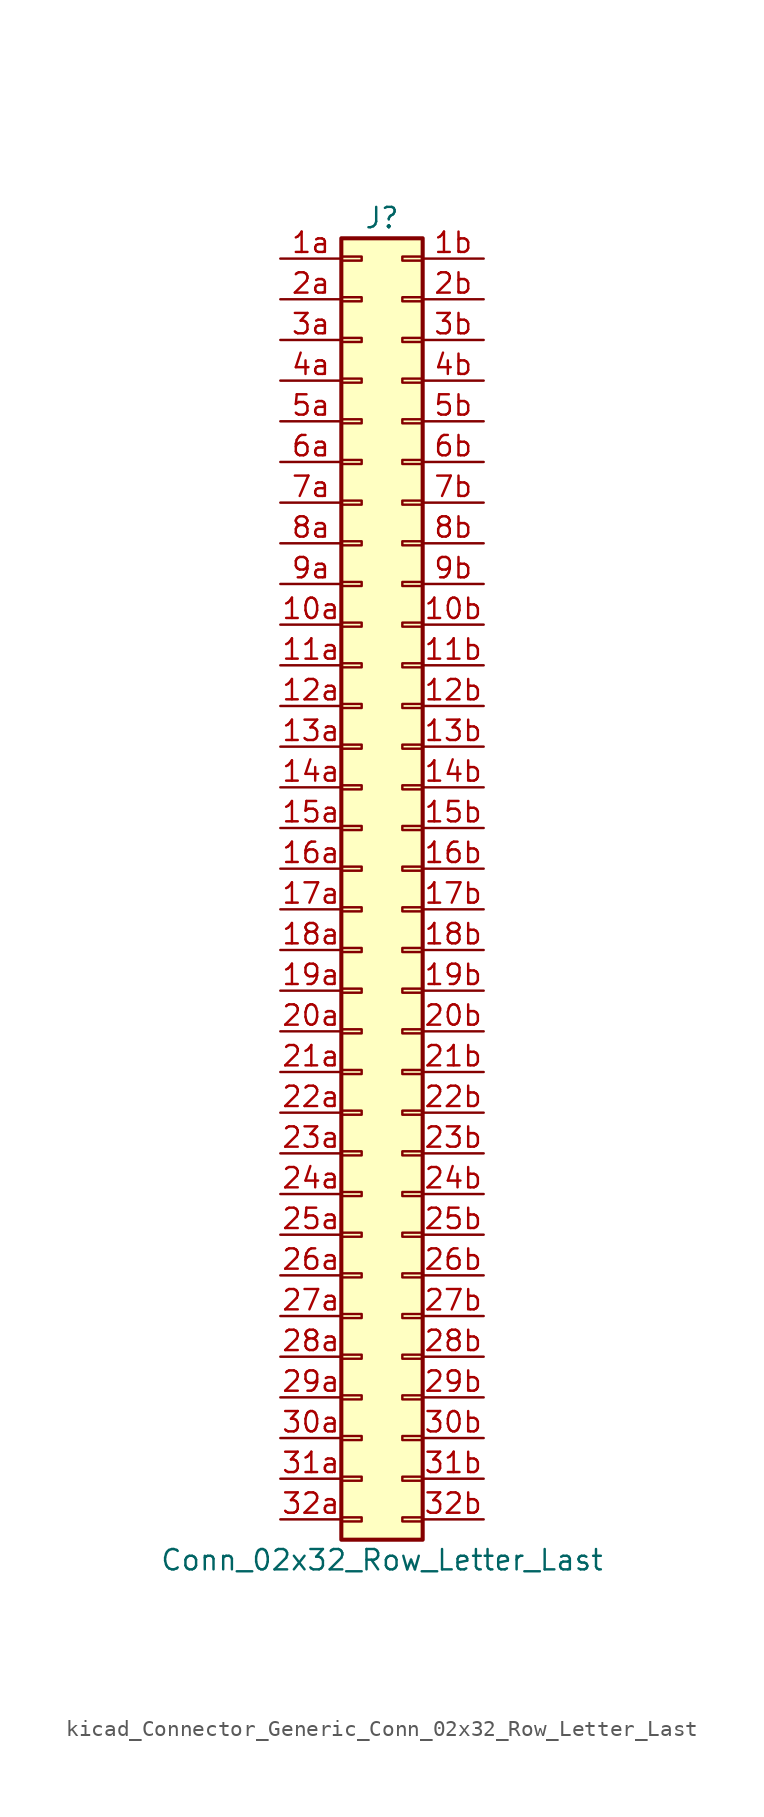
<source format=kicad_sym>
(kicad_symbol_lib
  (version 20220914)
  (generator kicad_symbol_editor)
  (symbol "kicad_Connector_Generic_Conn_02x32_Row_Letter_Last"
    (pin_names
      (offset 1.016) hide)
    (property "Reference" "J"
      (at 1.27 40.64 0)
      (effects (font (size 1.27 1.27))))
    (property "Value" "Conn_02x32_Row_Letter_Last"
      (at 1.27 -43.18 0)
      (effects (font (size 1.27 1.27))))
    (symbol "kicad_Connector_Generic_Conn_02x32_Row_Letter_Last_1_1"
      (rectangle (start -1.27 -40.513) (end 0 -40.767) (stroke (width 0.152) (type default)) (fill (type none)))
      (rectangle (start -1.27 -37.973) (end 0 -38.227) (stroke (width 0.152) (type default)) (fill (type none)))
      (rectangle (start -1.27 -35.433) (end 0 -35.687) (stroke (width 0.152) (type default)) (fill (type none)))
      (rectangle (start -1.27 -32.893) (end 0 -33.147) (stroke (width 0.152) (type default)) (fill (type none)))
      (rectangle (start -1.27 -30.353) (end 0 -30.607) (stroke (width 0.152) (type default)) (fill (type none)))
      (rectangle (start -1.27 -27.813) (end 0 -28.067) (stroke (width 0.152) (type default)) (fill (type none)))
      (rectangle (start -1.27 -25.273) (end 0 -25.527) (stroke (width 0.152) (type default)) (fill (type none)))
      (rectangle (start -1.27 -22.733) (end 0 -22.987) (stroke (width 0.152) (type default)) (fill (type none)))
      (rectangle (start -1.27 -20.193) (end 0 -20.447) (stroke (width 0.152) (type default)) (fill (type none)))
      (rectangle (start -1.27 -17.653) (end 0 -17.907) (stroke (width 0.152) (type default)) (fill (type none)))
      (rectangle (start -1.27 -15.113) (end 0 -15.367) (stroke (width 0.152) (type default)) (fill (type none)))
      (rectangle (start -1.27 -12.573) (end 0 -12.827) (stroke (width 0.152) (type default)) (fill (type none)))
      (rectangle (start -1.27 -10.033) (end 0 -10.287) (stroke (width 0.152) (type default)) (fill (type none)))
      (rectangle (start -1.27 -7.493) (end 0 -7.747) (stroke (width 0.152) (type default)) (fill (type none)))
      (rectangle (start -1.27 -4.953) (end 0 -5.207) (stroke (width 0.152) (type default)) (fill (type none)))
      (rectangle (start -1.27 -2.413) (end 0 -2.667) (stroke (width 0.152) (type default)) (fill (type none)))
      (rectangle (start -1.27 0.127) (end 0 -0.127) (stroke (width 0.152) (type default)) (fill (type none)))
      (rectangle (start -1.27 2.667) (end 0 2.413) (stroke (width 0.152) (type default)) (fill (type none)))
      (rectangle (start -1.27 5.207) (end 0 4.953) (stroke (width 0.152) (type default)) (fill (type none)))
      (rectangle (start -1.27 7.747) (end 0 7.493) (stroke (width 0.152) (type default)) (fill (type none)))
      (rectangle (start -1.27 10.287) (end 0 10.033) (stroke (width 0.152) (type default)) (fill (type none)))
      (rectangle (start -1.27 12.827) (end 0 12.573) (stroke (width 0.152) (type default)) (fill (type none)))
      (rectangle (start -1.27 15.367) (end 0 15.113) (stroke (width 0.152) (type default)) (fill (type none)))
      (rectangle (start -1.27 17.907) (end 0 17.653) (stroke (width 0.152) (type default)) (fill (type none)))
      (rectangle (start -1.27 20.447) (end 0 20.193) (stroke (width 0.152) (type default)) (fill (type none)))
      (rectangle (start -1.27 22.987) (end 0 22.733) (stroke (width 0.152) (type default)) (fill (type none)))
      (rectangle (start -1.27 25.527) (end 0 25.273) (stroke (width 0.152) (type default)) (fill (type none)))
      (rectangle (start -1.27 28.067) (end 0 27.813) (stroke (width 0.152) (type default)) (fill (type none)))
      (rectangle (start -1.27 30.607) (end 0 30.353) (stroke (width 0.152) (type default)) (fill (type none)))
      (rectangle (start -1.27 33.147) (end 0 32.893) (stroke (width 0.152) (type default)) (fill (type none)))
      (rectangle (start -1.27 35.687) (end 0 35.433) (stroke (width 0.152) (type default)) (fill (type none)))
      (rectangle (start -1.27 38.227) (end 0 37.973) (stroke (width 0.152) (type default)) (fill (type none)))
      (rectangle (start -1.27 39.37) (end 3.81 -41.91) (stroke (width 0.254) (type default)) (fill (type background)))
      (rectangle (start 3.81 -40.513) (end 2.54 -40.767) (stroke (width 0.152) (type default)) (fill (type none)))
      (rectangle (start 3.81 -37.973) (end 2.54 -38.227) (stroke (width 0.152) (type default)) (fill (type none)))
      (rectangle (start 3.81 -35.433) (end 2.54 -35.687) (stroke (width 0.152) (type default)) (fill (type none)))
      (rectangle (start 3.81 -32.893) (end 2.54 -33.147) (stroke (width 0.152) (type default)) (fill (type none)))
      (rectangle (start 3.81 -30.353) (end 2.54 -30.607) (stroke (width 0.152) (type default)) (fill (type none)))
      (rectangle (start 3.81 -27.813) (end 2.54 -28.067) (stroke (width 0.152) (type default)) (fill (type none)))
      (rectangle (start 3.81 -25.273) (end 2.54 -25.527) (stroke (width 0.152) (type default)) (fill (type none)))
      (rectangle (start 3.81 -22.733) (end 2.54 -22.987) (stroke (width 0.152) (type default)) (fill (type none)))
      (rectangle (start 3.81 -20.193) (end 2.54 -20.447) (stroke (width 0.152) (type default)) (fill (type none)))
      (rectangle (start 3.81 -17.653) (end 2.54 -17.907) (stroke (width 0.152) (type default)) (fill (type none)))
      (rectangle (start 3.81 -15.113) (end 2.54 -15.367) (stroke (width 0.152) (type default)) (fill (type none)))
      (rectangle (start 3.81 -12.573) (end 2.54 -12.827) (stroke (width 0.152) (type default)) (fill (type none)))
      (rectangle (start 3.81 -10.033) (end 2.54 -10.287) (stroke (width 0.152) (type default)) (fill (type none)))
      (rectangle (start 3.81 -7.493) (end 2.54 -7.747) (stroke (width 0.152) (type default)) (fill (type none)))
      (rectangle (start 3.81 -4.953) (end 2.54 -5.207) (stroke (width 0.152) (type default)) (fill (type none)))
      (rectangle (start 3.81 -2.413) (end 2.54 -2.667) (stroke (width 0.152) (type default)) (fill (type none)))
      (rectangle (start 3.81 0.127) (end 2.54 -0.127) (stroke (width 0.152) (type default)) (fill (type none)))
      (rectangle (start 3.81 2.667) (end 2.54 2.413) (stroke (width 0.152) (type default)) (fill (type none)))
      (rectangle (start 3.81 5.207) (end 2.54 4.953) (stroke (width 0.152) (type default)) (fill (type none)))
      (rectangle (start 3.81 7.747) (end 2.54 7.493) (stroke (width 0.152) (type default)) (fill (type none)))
      (rectangle (start 3.81 10.287) (end 2.54 10.033) (stroke (width 0.152) (type default)) (fill (type none)))
      (rectangle (start 3.81 12.827) (end 2.54 12.573) (stroke (width 0.152) (type default)) (fill (type none)))
      (rectangle (start 3.81 15.367) (end 2.54 15.113) (stroke (width 0.152) (type default)) (fill (type none)))
      (rectangle (start 3.81 17.907) (end 2.54 17.653) (stroke (width 0.152) (type default)) (fill (type none)))
      (rectangle (start 3.81 20.447) (end 2.54 20.193) (stroke (width 0.152) (type default)) (fill (type none)))
      (rectangle (start 3.81 22.987) (end 2.54 22.733) (stroke (width 0.152) (type default)) (fill (type none)))
      (rectangle (start 3.81 25.527) (end 2.54 25.273) (stroke (width 0.152) (type default)) (fill (type none)))
      (rectangle (start 3.81 28.067) (end 2.54 27.813) (stroke (width 0.152) (type default)) (fill (type none)))
      (rectangle (start 3.81 30.607) (end 2.54 30.353) (stroke (width 0.152) (type default)) (fill (type none)))
      (rectangle (start 3.81 33.147) (end 2.54 32.893) (stroke (width 0.152) (type default)) (fill (type none)))
      (rectangle (start 3.81 35.687) (end 2.54 35.433) (stroke (width 0.152) (type default)) (fill (type none)))
      (rectangle (start 3.81 38.227) (end 2.54 37.973) (stroke (width 0.152) (type default)) (fill (type none)))
      (pin passive line (at -5.08 15.24 0) (length 3.81) (name "Pin_10a" (effects (font (size 1.27 1.27)))) (number "10a" (effects (font (size 1.27 1.27)))))
      (pin passive line (at 7.62 15.24 180) (length 3.81) (name "Pin_10b" (effects (font (size 1.27 1.27)))) (number "10b" (effects (font (size 1.27 1.27)))))
      (pin passive line (at -5.08 12.7 0) (length 3.81) (name "Pin_11a" (effects (font (size 1.27 1.27)))) (number "11a" (effects (font (size 1.27 1.27)))))
      (pin passive line (at 7.62 12.7 180) (length 3.81) (name "Pin_11b" (effects (font (size 1.27 1.27)))) (number "11b" (effects (font (size 1.27 1.27)))))
      (pin passive line (at -5.08 10.16 0) (length 3.81) (name "Pin_12a" (effects (font (size 1.27 1.27)))) (number "12a" (effects (font (size 1.27 1.27)))))
      (pin passive line (at 7.62 10.16 180) (length 3.81) (name "Pin_12b" (effects (font (size 1.27 1.27)))) (number "12b" (effects (font (size 1.27 1.27)))))
      (pin passive line (at -5.08 7.62 0) (length 3.81) (name "Pin_13a" (effects (font (size 1.27 1.27)))) (number "13a" (effects (font (size 1.27 1.27)))))
      (pin passive line (at 7.62 7.62 180) (length 3.81) (name "Pin_13b" (effects (font (size 1.27 1.27)))) (number "13b" (effects (font (size 1.27 1.27)))))
      (pin passive line (at -5.08 5.08 0) (length 3.81) (name "Pin_14a" (effects (font (size 1.27 1.27)))) (number "14a" (effects (font (size 1.27 1.27)))))
      (pin passive line (at 7.62 5.08 180) (length 3.81) (name "Pin_14b" (effects (font (size 1.27 1.27)))) (number "14b" (effects (font (size 1.27 1.27)))))
      (pin passive line (at -5.08 2.54 0) (length 3.81) (name "Pin_15a" (effects (font (size 1.27 1.27)))) (number "15a" (effects (font (size 1.27 1.27)))))
      (pin passive line (at 7.62 2.54 180) (length 3.81) (name "Pin_15b" (effects (font (size 1.27 1.27)))) (number "15b" (effects (font (size 1.27 1.27)))))
      (pin passive line (at -5.08 0 0) (length 3.81) (name "Pin_16a" (effects (font (size 1.27 1.27)))) (number "16a" (effects (font (size 1.27 1.27)))))
      (pin passive line (at 7.62 0 180) (length 3.81) (name "Pin_16b" (effects (font (size 1.27 1.27)))) (number "16b" (effects (font (size 1.27 1.27)))))
      (pin passive line (at -5.08 -2.54 0) (length 3.81) (name "Pin_17a" (effects (font (size 1.27 1.27)))) (number "17a" (effects (font (size 1.27 1.27)))))
      (pin passive line (at 7.62 -2.54 180) (length 3.81) (name "Pin_17b" (effects (font (size 1.27 1.27)))) (number "17b" (effects (font (size 1.27 1.27)))))
      (pin passive line (at -5.08 -5.08 0) (length 3.81) (name "Pin_18a" (effects (font (size 1.27 1.27)))) (number "18a" (effects (font (size 1.27 1.27)))))
      (pin passive line (at 7.62 -5.08 180) (length 3.81) (name "Pin_18b" (effects (font (size 1.27 1.27)))) (number "18b" (effects (font (size 1.27 1.27)))))
      (pin passive line (at -5.08 -7.62 0) (length 3.81) (name "Pin_19a" (effects (font (size 1.27 1.27)))) (number "19a" (effects (font (size 1.27 1.27)))))
      (pin passive line (at 7.62 -7.62 180) (length 3.81) (name "Pin_19b" (effects (font (size 1.27 1.27)))) (number "19b" (effects (font (size 1.27 1.27)))))
      (pin passive line (at -5.08 38.1 0) (length 3.81) (name "Pin_1a" (effects (font (size 1.27 1.27)))) (number "1a" (effects (font (size 1.27 1.27)))))
      (pin passive line (at 7.62 38.1 180) (length 3.81) (name "Pin_1b" (effects (font (size 1.27 1.27)))) (number "1b" (effects (font (size 1.27 1.27)))))
      (pin passive line (at -5.08 -10.16 0) (length 3.81) (name "Pin_20a" (effects (font (size 1.27 1.27)))) (number "20a" (effects (font (size 1.27 1.27)))))
      (pin passive line (at 7.62 -10.16 180) (length 3.81) (name "Pin_20b" (effects (font (size 1.27 1.27)))) (number "20b" (effects (font (size 1.27 1.27)))))
      (pin passive line (at -5.08 -12.7 0) (length 3.81) (name "Pin_21a" (effects (font (size 1.27 1.27)))) (number "21a" (effects (font (size 1.27 1.27)))))
      (pin passive line (at 7.62 -12.7 180) (length 3.81) (name "Pin_21b" (effects (font (size 1.27 1.27)))) (number "21b" (effects (font (size 1.27 1.27)))))
      (pin passive line (at -5.08 -15.24 0) (length 3.81) (name "Pin_22a" (effects (font (size 1.27 1.27)))) (number "22a" (effects (font (size 1.27 1.27)))))
      (pin passive line (at 7.62 -15.24 180) (length 3.81) (name "Pin_22b" (effects (font (size 1.27 1.27)))) (number "22b" (effects (font (size 1.27 1.27)))))
      (pin passive line (at -5.08 -17.78 0) (length 3.81) (name "Pin_23a" (effects (font (size 1.27 1.27)))) (number "23a" (effects (font (size 1.27 1.27)))))
      (pin passive line (at 7.62 -17.78 180) (length 3.81) (name "Pin_23b" (effects (font (size 1.27 1.27)))) (number "23b" (effects (font (size 1.27 1.27)))))
      (pin passive line (at -5.08 -20.32 0) (length 3.81) (name "Pin_24a" (effects (font (size 1.27 1.27)))) (number "24a" (effects (font (size 1.27 1.27)))))
      (pin passive line (at 7.62 -20.32 180) (length 3.81) (name "Pin_24b" (effects (font (size 1.27 1.27)))) (number "24b" (effects (font (size 1.27 1.27)))))
      (pin passive line (at -5.08 -22.86 0) (length 3.81) (name "Pin_25a" (effects (font (size 1.27 1.27)))) (number "25a" (effects (font (size 1.27 1.27)))))
      (pin passive line (at 7.62 -22.86 180) (length 3.81) (name "Pin_25b" (effects (font (size 1.27 1.27)))) (number "25b" (effects (font (size 1.27 1.27)))))
      (pin passive line (at -5.08 -25.4 0) (length 3.81) (name "Pin_26a" (effects (font (size 1.27 1.27)))) (number "26a" (effects (font (size 1.27 1.27)))))
      (pin passive line (at 7.62 -25.4 180) (length 3.81) (name "Pin_26b" (effects (font (size 1.27 1.27)))) (number "26b" (effects (font (size 1.27 1.27)))))
      (pin passive line (at -5.08 -27.94 0) (length 3.81) (name "Pin_27a" (effects (font (size 1.27 1.27)))) (number "27a" (effects (font (size 1.27 1.27)))))
      (pin passive line (at 7.62 -27.94 180) (length 3.81) (name "Pin_27b" (effects (font (size 1.27 1.27)))) (number "27b" (effects (font (size 1.27 1.27)))))
      (pin passive line (at -5.08 -30.48 0) (length 3.81) (name "Pin_28a" (effects (font (size 1.27 1.27)))) (number "28a" (effects (font (size 1.27 1.27)))))
      (pin passive line (at 7.62 -30.48 180) (length 3.81) (name "Pin_28b" (effects (font (size 1.27 1.27)))) (number "28b" (effects (font (size 1.27 1.27)))))
      (pin passive line (at -5.08 -33.02 0) (length 3.81) (name "Pin_29a" (effects (font (size 1.27 1.27)))) (number "29a" (effects (font (size 1.27 1.27)))))
      (pin passive line (at 7.62 -33.02 180) (length 3.81) (name "Pin_29b" (effects (font (size 1.27 1.27)))) (number "29b" (effects (font (size 1.27 1.27)))))
      (pin passive line (at -5.08 35.56 0) (length 3.81) (name "Pin_2a" (effects (font (size 1.27 1.27)))) (number "2a" (effects (font (size 1.27 1.27)))))
      (pin passive line (at 7.62 35.56 180) (length 3.81) (name "Pin_2b" (effects (font (size 1.27 1.27)))) (number "2b" (effects (font (size 1.27 1.27)))))
      (pin passive line (at -5.08 -35.56 0) (length 3.81) (name "Pin_30a" (effects (font (size 1.27 1.27)))) (number "30a" (effects (font (size 1.27 1.27)))))
      (pin passive line (at 7.62 -35.56 180) (length 3.81) (name "Pin_30b" (effects (font (size 1.27 1.27)))) (number "30b" (effects (font (size 1.27 1.27)))))
      (pin passive line (at -5.08 -38.1 0) (length 3.81) (name "Pin_31a" (effects (font (size 1.27 1.27)))) (number "31a" (effects (font (size 1.27 1.27)))))
      (pin passive line (at 7.62 -38.1 180) (length 3.81) (name "Pin_31b" (effects (font (size 1.27 1.27)))) (number "31b" (effects (font (size 1.27 1.27)))))
      (pin passive line (at -5.08 -40.64 0) (length 3.81) (name "Pin_32a" (effects (font (size 1.27 1.27)))) (number "32a" (effects (font (size 1.27 1.27)))))
      (pin passive line (at 7.62 -40.64 180) (length 3.81) (name "Pin_32b" (effects (font (size 1.27 1.27)))) (number "32b" (effects (font (size 1.27 1.27)))))
      (pin passive line (at -5.08 33.02 0) (length 3.81) (name "Pin_3a" (effects (font (size 1.27 1.27)))) (number "3a" (effects (font (size 1.27 1.27)))))
      (pin passive line (at 7.62 33.02 180) (length 3.81) (name "Pin_3b" (effects (font (size 1.27 1.27)))) (number "3b" (effects (font (size 1.27 1.27)))))
      (pin passive line (at -5.08 30.48 0) (length 3.81) (name "Pin_4a" (effects (font (size 1.27 1.27)))) (number "4a" (effects (font (size 1.27 1.27)))))
      (pin passive line (at 7.62 30.48 180) (length 3.81) (name "Pin_4b" (effects (font (size 1.27 1.27)))) (number "4b" (effects (font (size 1.27 1.27)))))
      (pin passive line (at -5.08 27.94 0) (length 3.81) (name "Pin_5a" (effects (font (size 1.27 1.27)))) (number "5a" (effects (font (size 1.27 1.27)))))
      (pin passive line (at 7.62 27.94 180) (length 3.81) (name "Pin_5b" (effects (font (size 1.27 1.27)))) (number "5b" (effects (font (size 1.27 1.27)))))
      (pin passive line (at -5.08 25.4 0) (length 3.81) (name "Pin_6a" (effects (font (size 1.27 1.27)))) (number "6a" (effects (font (size 1.27 1.27)))))
      (pin passive line (at 7.62 25.4 180) (length 3.81) (name "Pin_6b" (effects (font (size 1.27 1.27)))) (number "6b" (effects (font (size 1.27 1.27)))))
      (pin passive line (at -5.08 22.86 0) (length 3.81) (name "Pin_7a" (effects (font (size 1.27 1.27)))) (number "7a" (effects (font (size 1.27 1.27)))))
      (pin passive line (at 7.62 22.86 180) (length 3.81) (name "Pin_7b" (effects (font (size 1.27 1.27)))) (number "7b" (effects (font (size 1.27 1.27)))))
      (pin passive line (at -5.08 20.32 0) (length 3.81) (name "Pin_8a" (effects (font (size 1.27 1.27)))) (number "8a" (effects (font (size 1.27 1.27)))))
      (pin passive line (at 7.62 20.32 180) (length 3.81) (name "Pin_8b" (effects (font (size 1.27 1.27)))) (number "8b" (effects (font (size 1.27 1.27)))))
      (pin passive line (at -5.08 17.78 0) (length 3.81) (name "Pin_9a" (effects (font (size 1.27 1.27)))) (number "9a" (effects (font (size 1.27 1.27)))))
      (pin passive line (at 7.62 17.78 180) (length 3.81) (name "Pin_9b" (effects (font (size 1.27 1.27)))) (number "9b" (effects (font (size 1.27 1.27))))))))
</source>
